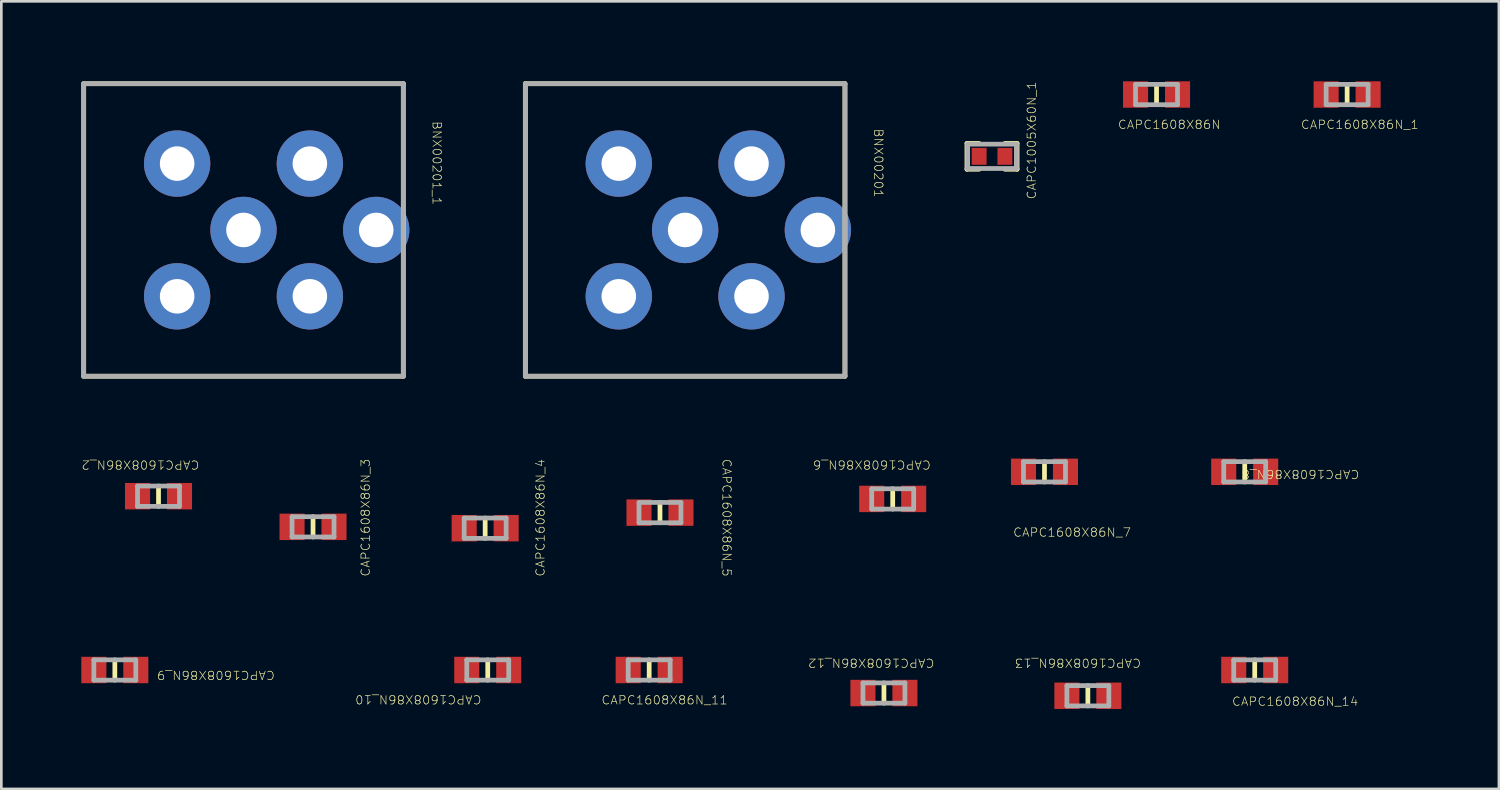
<source format=kicad_pcb>
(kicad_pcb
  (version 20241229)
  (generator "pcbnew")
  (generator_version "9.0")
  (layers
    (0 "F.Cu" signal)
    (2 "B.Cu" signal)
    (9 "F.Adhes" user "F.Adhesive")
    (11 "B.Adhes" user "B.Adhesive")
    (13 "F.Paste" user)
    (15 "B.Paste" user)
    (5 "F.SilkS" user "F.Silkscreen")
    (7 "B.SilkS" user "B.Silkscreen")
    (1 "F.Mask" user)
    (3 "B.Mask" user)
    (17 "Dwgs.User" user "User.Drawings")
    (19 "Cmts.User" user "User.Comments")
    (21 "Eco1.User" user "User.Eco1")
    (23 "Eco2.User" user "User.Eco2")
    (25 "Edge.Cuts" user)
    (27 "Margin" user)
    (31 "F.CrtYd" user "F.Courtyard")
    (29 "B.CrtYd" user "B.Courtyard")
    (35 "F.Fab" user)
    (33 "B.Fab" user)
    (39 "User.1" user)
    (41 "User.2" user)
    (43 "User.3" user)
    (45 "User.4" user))
  (footprint "CAPC1608X86N_1"
    (layer "F.Cu")
    (at 47.477 0.495)
    (property "Reference" "CAPC1608X86N_1" (at 0.476 1.13 0) (unlocked yes) (layer "F.SilkS") (effects (font (size 0.317 0.333) (thickness 0.025))))
    (attr smd)
    (fp_line (start 0 -0.381) (end 0 0.381) (stroke (width 0.178) (type solid)) (layer "F.SilkS"))
    (fp_line (start -0.787 -0.381) (end -0.787 0.381) (stroke (width 0.178) (type solid)) (layer "F.Fab"))
    (fp_line (start 0.787 -0.381) (end -0.787 -0.381) (stroke (width 0.178) (type solid)) (layer "F.Fab"))
    (fp_line (start 0.787 -0.381) (end 0.787 0.381) (stroke (width 0.178) (type solid)) (layer "F.Fab"))
    (fp_line (start 0.787 0.381) (end -0.787 0.381) (stroke (width 0.178) (type solid)) (layer "F.Fab"))
    (pad "1" smd rect (at 0.787 0 90) (size 0.991 0.94) (layers "F.Cu" "F.Mask" "F.Paste"))
    (pad "2" smd rect (at -0.787 0 90) (size 0.991 0.94) (layers "F.Cu" "F.Mask" "F.Paste")))
  (footprint "CAPC1608X86N_7"
    (layer "F.Cu")
    (at 36.126 14.646)
    (property "Reference" "CAPC1608X86N_7" (at 1.035 2.273 0) (unlocked yes) (layer "F.SilkS") (effects (font (size 0.317 0.333) (thickness 0.025))))
    (attr smd)
    (fp_line (start 0 -0.381) (end 0 0.381) (stroke (width 0.178) (type solid)) (layer "F.SilkS"))
    (fp_line (start -0.787 -0.381) (end -0.787 0.381) (stroke (width 0.178) (type solid)) (layer "F.Fab"))
    (fp_line (start 0.787 -0.381) (end -0.787 -0.381) (stroke (width 0.178) (type solid)) (layer "F.Fab"))
    (fp_line (start 0.787 -0.381) (end 0.787 0.381) (stroke (width 0.178) (type solid)) (layer "F.Fab"))
    (fp_line (start 0.787 0.381) (end -0.787 0.381) (stroke (width 0.178) (type solid)) (layer "F.Fab"))
    (pad "1" smd rect (at 0.787 0 90) (size 0.991 0.94) (layers "F.Cu" "F.Mask" "F.Paste"))
    (pad "2" smd rect (at -0.787 0 90) (size 0.991 0.94) (layers "F.Cu" "F.Mask" "F.Paste")))
  (footprint "CAPC1608X86N_3"
    (layer "F.Cu")
    (at 8.691 16.71)
    (property "Reference" "CAPC1608X86N_3" (at 1.968 -0.343 90) (unlocked yes) (layer "F.SilkS") (effects (font (size 0.317 0.333) (thickness 0.025))))
    (attr smd)
    (fp_line (start 0 -0.381) (end 0 0.381) (stroke (width 0.178) (type solid)) (layer "F.SilkS"))
    (fp_line (start -0.787 -0.381) (end -0.787 0.381) (stroke (width 0.178) (type solid)) (layer "F.Fab"))
    (fp_line (start 0.787 -0.381) (end -0.787 -0.381) (stroke (width 0.178) (type solid)) (layer "F.Fab"))
    (fp_line (start 0.787 -0.381) (end 0.787 0.381) (stroke (width 0.178) (type solid)) (layer "F.Fab"))
    (fp_line (start 0.787 0.381) (end -0.787 0.381) (stroke (width 0.178) (type solid)) (layer "F.Fab"))
    (pad "1" smd rect (at 0.787 0 90) (size 0.991 0.94) (layers "F.Cu" "F.Mask" "F.Paste"))
    (pad "2" smd rect (at -0.787 0 90) (size 0.991 0.94) (layers "F.Cu" "F.Mask" "F.Paste")))
  (footprint "CAPC1608X86N_14"
    (layer "F.Cu")
    (at 44.011 22.08)
    (property "Reference" "CAPC1608X86N_14" (at 1.518 1.181 0) (unlocked yes) (layer "F.SilkS") (effects (font (size 0.317 0.333) (thickness 0.025))))
    (attr smd)
    (fp_line (start 0 -0.381) (end 0 0.381) (stroke (width 0.178) (type solid)) (layer "F.SilkS"))
    (fp_line (start -0.787 -0.381) (end -0.787 0.381) (stroke (width 0.178) (type solid)) (layer "F.Fab"))
    (fp_line (start 0.787 -0.381) (end -0.787 -0.381) (stroke (width 0.178) (type solid)) (layer "F.Fab"))
    (fp_line (start 0.787 -0.381) (end 0.787 0.381) (stroke (width 0.178) (type solid)) (layer "F.Fab"))
    (fp_line (start 0.787 0.381) (end -0.787 0.381) (stroke (width 0.178) (type solid)) (layer "F.Fab"))
    (pad "1" smd rect (at 0.787 0 90) (size 0.991 0.94) (layers "F.Cu" "F.Mask" "F.Paste"))
    (pad "2" smd rect (at -0.787 0 90) (size 0.991 0.94) (layers "F.Cu" "F.Mask" "F.Paste")))
  (footprint "CAPC1608X86N_8"
    (layer "F.Cu")
    (at 43.636 14.646)
    (property "Reference" "CAPC1608X86N_8" (at 2.089 0.089 180) (unlocked yes) (layer "F.SilkS") (effects (font (size 0.317 0.333) (thickness 0.025))))
    (attr smd)
    (fp_line (start 0 -0.381) (end 0 0.381) (stroke (width 0.178) (type solid)) (layer "F.SilkS"))
    (fp_line (start -0.787 -0.381) (end -0.787 0.381) (stroke (width 0.178) (type solid)) (layer "F.Fab"))
    (fp_line (start 0.787 -0.381) (end -0.787 -0.381) (stroke (width 0.178) (type solid)) (layer "F.Fab"))
    (fp_line (start 0.787 -0.381) (end 0.787 0.381) (stroke (width 0.178) (type solid)) (layer "F.Fab"))
    (fp_line (start 0.787 0.381) (end -0.787 0.381) (stroke (width 0.178) (type solid)) (layer "F.Fab"))
    (pad "1" smd rect (at 0.787 0 90) (size 0.991 0.94) (layers "F.Cu" "F.Mask" "F.Paste"))
    (pad "2" smd rect (at -0.787 0 90) (size 0.991 0.94) (layers "F.Cu" "F.Mask" "F.Paste")))
  (footprint "CAPC1608X86N_2"
    (layer "F.Cu")
    (at 2.896 15.561)
    (property "Reference" "CAPC1608X86N_2" (at -0.679 -1.181 180) (unlocked yes) (layer "F.SilkS") (effects (font (size 0.317 0.333) (thickness 0.025))))
    (attr smd)
    (fp_line (start 0 -0.381) (end 0 0.381) (stroke (width 0.178) (type solid)) (layer "F.SilkS"))
    (fp_line (start -0.787 -0.381) (end -0.787 0.381) (stroke (width 0.178) (type solid)) (layer "F.Fab"))
    (fp_line (start 0.787 -0.381) (end -0.787 -0.381) (stroke (width 0.178) (type solid)) (layer "F.Fab"))
    (fp_line (start 0.787 -0.381) (end 0.787 0.381) (stroke (width 0.178) (type solid)) (layer "F.Fab"))
    (fp_line (start 0.787 0.381) (end -0.787 0.381) (stroke (width 0.178) (type solid)) (layer "F.Fab"))
    (pad "1" smd rect (at 0.787 0 90) (size 0.991 0.94) (layers "F.Cu" "F.Mask" "F.Paste"))
    (pad "2" smd rect (at -0.787 0 90) (size 0.991 0.94) (layers "F.Cu" "F.Mask" "F.Paste")))
  (footprint "CAPC1608X86N_10"
    (layer "F.Cu")
    (at 15.244 22.08)
    (property "Reference" "CAPC1608X86N_10" (at -2.603 1.105 180) (unlocked yes) (layer "F.SilkS") (effects (font (size 0.317 0.333) (thickness 0.025))))
    (attr smd)
    (fp_line (start 0 -0.381) (end 0 0.381) (stroke (width 0.178) (type solid)) (layer "F.SilkS"))
    (fp_line (start -0.787 -0.381) (end -0.787 0.381) (stroke (width 0.178) (type solid)) (layer "F.Fab"))
    (fp_line (start 0.787 -0.381) (end -0.787 -0.381) (stroke (width 0.178) (type solid)) (layer "F.Fab"))
    (fp_line (start 0.787 -0.381) (end 0.787 0.381) (stroke (width 0.178) (type solid)) (layer "F.Fab"))
    (fp_line (start 0.787 0.381) (end -0.787 0.381) (stroke (width 0.178) (type solid)) (layer "F.Fab"))
    (pad "1" smd rect (at 0.787 0 90) (size 0.991 0.94) (layers "F.Cu" "F.Mask" "F.Paste"))
    (pad "2" smd rect (at -0.787 0 90) (size 0.991 0.94) (layers "F.Cu" "F.Mask" "F.Paste")))
  (footprint "CAPC1608X86N_13"
    (layer "F.Cu")
    (at 37.753 23.046)
    (property "Reference" "CAPC1608X86N_13" (at -0.375 -1.232 180) (unlocked yes) (layer "F.SilkS") (effects (font (size 0.317 0.333) (thickness 0.025))))
    (attr smd)
    (fp_line (start 0 -0.381) (end 0 0.381) (stroke (width 0.178) (type solid)) (layer "F.SilkS"))
    (fp_line (start -0.787 -0.381) (end -0.787 0.381) (stroke (width 0.178) (type solid)) (layer "F.Fab"))
    (fp_line (start 0.787 -0.381) (end -0.787 -0.381) (stroke (width 0.178) (type solid)) (layer "F.Fab"))
    (fp_line (start 0.787 -0.381) (end 0.787 0.381) (stroke (width 0.178) (type solid)) (layer "F.Fab"))
    (fp_line (start 0.787 0.381) (end -0.787 0.381) (stroke (width 0.178) (type solid)) (layer "F.Fab"))
    (pad "1" smd rect (at 0.787 0 90) (size 0.991 0.94) (layers "F.Cu" "F.Mask" "F.Paste"))
    (pad "2" smd rect (at -0.787 0 90) (size 0.991 0.94) (layers "F.Cu" "F.Mask" "F.Paste")))
  (footprint "BNX00201"
    (layer "F.Cu")
    (at 22.648 5.575)
    (property "Reference" "BNX00201" (at 7.252 -2.508 270) (unlocked yes) (layer "F.SilkS") (effects (font (size 0.317 0.333) (thickness 0.025))))
    (attr smd)
    (fp_line (start -5.994 -5.486) (end 5.994 -5.486) (stroke (width 0.178) (type solid)) (layer "F.SilkS"))
    (fp_line (start -5.994 5.486) (end -5.994 -5.486) (stroke (width 0.178) (type solid)) (layer "F.SilkS"))
    (fp_line (start -5.994 5.486) (end 5.994 5.486) (stroke (width 0.178) (type solid)) (layer "F.SilkS"))
    (fp_line (start 5.994 5.486) (end 5.994 -5.486) (stroke (width 0.178) (type solid)) (layer "F.SilkS"))
    (fp_line (start -5.994 -5.486) (end 5.994 -5.486) (stroke (width 0.178) (type solid)) (layer "F.Fab"))
    (fp_line (start -5.994 5.486) (end -5.994 -5.486) (stroke (width 0.178) (type solid)) (layer "F.Fab"))
    (fp_line (start -5.994 5.486) (end 5.994 5.486) (stroke (width 0.178) (type solid)) (layer "F.Fab"))
    (fp_line (start 5.994 5.486) (end 5.994 -5.486) (stroke (width 0.178) (type solid)) (layer "F.Fab"))
    (pad "B" thru_hole circle (at 2.489 -2.489) (size 2.489 2.489) (drill 1.295) (layers "*.Cu" "*.Mask"))
    (pad "CB" thru_hole circle (at 2.489 2.489) (size 2.489 2.489) (drill 1.295) (layers "*.Cu" "*.Mask"))
    (pad "CG1" thru_hole circle (at -2.489 2.489) (size 2.489 2.489) (drill 1.295) (layers "*.Cu" "*.Mask"))
    (pad "CG2" thru_hole circle (at 0 0) (size 2.489 2.489) (drill 1.295) (layers "*.Cu" "*.Mask"))
    (pad "CG3" thru_hole circle (at 4.978 0) (size 2.489 2.489) (drill 1.295) (layers "*.Cu" "*.Mask"))
    (pad "PSG" thru_hole circle (at -2.489 -2.489) (size 2.489 2.489) (drill 1.295) (layers "*.Cu" "*.Mask")))
  (footprint "CAPC1005X60N_1"
    (layer "F.Cu")
    (at 34.158 2.814)
    (property "Reference" "CAPC1005X60N_1" (at 1.486 -0.597 90) (unlocked yes) (layer "F.SilkS") (effects (font (size 0.317 0.333) (thickness 0.025))))
    (attr smd)
    (fp_line (start -0.94 -0.483) (end -0.94 0.483) (stroke (width 0.178) (type solid)) (layer "F.SilkS"))
    (fp_line (start -0.483 -0.483) (end -0.94 -0.483) (stroke (width 0.178) (type solid)) (layer "F.SilkS"))
    (fp_line (start -0.483 0.483) (end -0.94 0.483) (stroke (width 0.178) (type solid)) (layer "F.SilkS"))
    (fp_line (start 0.94 -0.483) (end 0.483 -0.483) (stroke (width 0.178) (type solid)) (layer "F.SilkS"))
    (fp_line (start 0.94 -0.483) (end 0.94 0.483) (stroke (width 0.178) (type solid)) (layer "F.SilkS"))
    (fp_line (start 0.94 0.483) (end 0.483 0.483) (stroke (width 0.178) (type solid)) (layer "F.SilkS"))
    (fp_line (start -0.914 -0.457) (end -0.914 0.457) (stroke (width 0.178) (type solid)) (layer "F.Fab"))
    (fp_line (start 0.914 -0.457) (end -0.914 -0.457) (stroke (width 0.178) (type solid)) (layer "F.Fab"))
    (fp_line (start 0.914 -0.457) (end 0.914 0.457) (stroke (width 0.178) (type solid)) (layer "F.Fab"))
    (fp_line (start 0.914 0.457) (end -0.914 0.457) (stroke (width 0.178) (type solid)) (layer "F.Fab"))
    (pad "1" smd rect (at 0.483 0 90) (size 0.635 0.559) (layers "F.Cu" "F.Mask" "F.Paste"))
    (pad "2" smd rect (at -0.483 0 90) (size 0.635 0.559) (layers "F.Cu" "F.Mask" "F.Paste")))
  (footprint "CAPC1608X86N"
    (layer "F.Cu")
    (at 40.329 0.495)
    (property "Reference" "CAPC1608X86N" (at 0.476 1.13 0) (unlocked yes) (layer "F.SilkS") (effects (font (size 0.317 0.333) (thickness 0.025))))
    (attr smd)
    (fp_line (start 0 -0.381) (end 0 0.381) (stroke (width 0.178) (type solid)) (layer "F.SilkS"))
    (fp_line (start -0.787 -0.381) (end -0.787 0.381) (stroke (width 0.178) (type solid)) (layer "F.Fab"))
    (fp_line (start 0.787 -0.381) (end -0.787 -0.381) (stroke (width 0.178) (type solid)) (layer "F.Fab"))
    (fp_line (start 0.787 -0.381) (end 0.787 0.381) (stroke (width 0.178) (type solid)) (layer "F.Fab"))
    (fp_line (start 0.787 0.381) (end -0.787 0.381) (stroke (width 0.178) (type solid)) (layer "F.Fab"))
    (pad "1" smd rect (at 0.787 0 90) (size 0.991 0.94) (layers "F.Cu" "F.Mask" "F.Paste"))
    (pad "2" smd rect (at -0.787 0 90) (size 0.991 0.94) (layers "F.Cu" "F.Mask" "F.Paste")))
  (footprint "CAPC1608X86N_5"
    (layer "F.Cu")
    (at 21.704 16.177)
    (property "Reference" "CAPC1608X86N_5" (at 2.502 0.191 270) (unlocked yes) (layer "F.SilkS") (effects (font (size 0.317 0.333) (thickness 0.025))))
    (attr smd)
    (fp_line (start 0 -0.381) (end 0 0.381) (stroke (width 0.178) (type solid)) (layer "F.SilkS"))
    (fp_line (start -0.787 -0.381) (end -0.787 0.381) (stroke (width 0.178) (type solid)) (layer "F.Fab"))
    (fp_line (start 0.787 -0.381) (end -0.787 -0.381) (stroke (width 0.178) (type solid)) (layer "F.Fab"))
    (fp_line (start 0.787 -0.381) (end 0.787 0.381) (stroke (width 0.178) (type solid)) (layer "F.Fab"))
    (fp_line (start 0.787 0.381) (end -0.787 0.381) (stroke (width 0.178) (type solid)) (layer "F.Fab"))
    (pad "1" smd rect (at 0.787 0 90) (size 0.991 0.94) (layers "F.Cu" "F.Mask" "F.Paste"))
    (pad "2" smd rect (at -0.787 0 90) (size 0.991 0.94) (layers "F.Cu" "F.Mask" "F.Paste")))
  (footprint "CAPC1608X86N_9"
    (layer "F.Cu")
    (at 1.257 22.08)
    (property "Reference" "CAPC1608X86N_9" (at 3.791 0.191 180) (unlocked yes) (layer "F.SilkS") (effects (font (size 0.317 0.333) (thickness 0.025))))
    (attr smd)
    (fp_line (start 0 -0.381) (end 0 0.381) (stroke (width 0.178) (type solid)) (layer "F.SilkS"))
    (fp_line (start -0.787 -0.381) (end -0.787 0.381) (stroke (width 0.178) (type solid)) (layer "F.Fab"))
    (fp_line (start 0.787 -0.381) (end -0.787 -0.381) (stroke (width 0.178) (type solid)) (layer "F.Fab"))
    (fp_line (start 0.787 -0.381) (end 0.787 0.381) (stroke (width 0.178) (type solid)) (layer "F.Fab"))
    (fp_line (start 0.787 0.381) (end -0.787 0.381) (stroke (width 0.178) (type solid)) (layer "F.Fab"))
    (pad "1" smd rect (at 0.787 0 90) (size 0.991 0.94) (layers "F.Cu" "F.Mask" "F.Paste"))
    (pad "2" smd rect (at -0.787 0 90) (size 0.991 0.94) (layers "F.Cu" "F.Mask" "F.Paste")))
  (footprint "CAPC1608X86N_12"
    (layer "F.Cu")
    (at 30.104 22.944)
    (property "Reference" "CAPC1608X86N_12" (at -0.476 -1.13 180) (unlocked yes) (layer "F.SilkS") (effects (font (size 0.317 0.333) (thickness 0.025))))
    (attr smd)
    (fp_line (start 0 -0.381) (end 0 0.381) (stroke (width 0.178) (type solid)) (layer "F.SilkS"))
    (fp_line (start -0.787 -0.381) (end -0.787 0.381) (stroke (width 0.178) (type solid)) (layer "F.Fab"))
    (fp_line (start 0.787 -0.381) (end -0.787 -0.381) (stroke (width 0.178) (type solid)) (layer "F.Fab"))
    (fp_line (start 0.787 -0.381) (end 0.787 0.381) (stroke (width 0.178) (type solid)) (layer "F.Fab"))
    (fp_line (start 0.787 0.381) (end -0.787 0.381) (stroke (width 0.178) (type solid)) (layer "F.Fab"))
    (pad "1" smd rect (at 0.787 0 90) (size 0.991 0.94) (layers "F.Cu" "F.Mask" "F.Paste"))
    (pad "2" smd rect (at -0.787 0 90) (size 0.991 0.94) (layers "F.Cu" "F.Mask" "F.Paste")))
  (footprint "CAPC1608X86N_6"
    (layer "F.Cu")
    (at 30.433 15.663)
    (property "Reference" "CAPC1608X86N_6" (at -0.781 -1.283 180) (unlocked yes) (layer "F.SilkS") (effects (font (size 0.317 0.333) (thickness 0.025))))
    (attr smd)
    (fp_line (start 0 -0.381) (end 0 0.381) (stroke (width 0.178) (type solid)) (layer "F.SilkS"))
    (fp_line (start -0.787 -0.381) (end -0.787 0.381) (stroke (width 0.178) (type solid)) (layer "F.Fab"))
    (fp_line (start 0.787 -0.381) (end -0.787 -0.381) (stroke (width 0.178) (type solid)) (layer "F.Fab"))
    (fp_line (start 0.787 -0.381) (end 0.787 0.381) (stroke (width 0.178) (type solid)) (layer "F.Fab"))
    (fp_line (start 0.787 0.381) (end -0.787 0.381) (stroke (width 0.178) (type solid)) (layer "F.Fab"))
    (pad "1" smd rect (at 0.787 0 90) (size 0.991 0.94) (layers "F.Cu" "F.Mask" "F.Paste"))
    (pad "2" smd rect (at -0.787 0 90) (size 0.991 0.94) (layers "F.Cu" "F.Mask" "F.Paste")))
  (footprint "BNX00201_1"
    (layer "F.Cu")
    (at 6.083 5.575)
    (property "Reference" "BNX00201_1" (at 7.252 -2.508 270) (unlocked yes) (layer "F.SilkS") (effects (font (size 0.317 0.333) (thickness 0.025))))
    (attr smd)
    (fp_line (start -5.994 -5.486) (end 5.994 -5.486) (stroke (width 0.178) (type solid)) (layer "F.SilkS"))
    (fp_line (start -5.994 5.486) (end -5.994 -5.486) (stroke (width 0.178) (type solid)) (layer "F.SilkS"))
    (fp_line (start -5.994 5.486) (end 5.994 5.486) (stroke (width 0.178) (type solid)) (layer "F.SilkS"))
    (fp_line (start 5.994 5.486) (end 5.994 -5.486) (stroke (width 0.178) (type solid)) (layer "F.SilkS"))
    (fp_line (start -5.994 -5.486) (end 5.994 -5.486) (stroke (width 0.178) (type solid)) (layer "F.Fab"))
    (fp_line (start -5.994 5.486) (end -5.994 -5.486) (stroke (width 0.178) (type solid)) (layer "F.Fab"))
    (fp_line (start -5.994 5.486) (end 5.994 5.486) (stroke (width 0.178) (type solid)) (layer "F.Fab"))
    (fp_line (start 5.994 5.486) (end 5.994 -5.486) (stroke (width 0.178) (type solid)) (layer "F.Fab"))
    (pad "B" thru_hole circle (at 2.489 -2.489) (size 2.489 2.489) (drill 1.295) (layers "*.Cu" "*.Mask"))
    (pad "CB" thru_hole circle (at 2.489 2.489) (size 2.489 2.489) (drill 1.295) (layers "*.Cu" "*.Mask"))
    (pad "CG1" thru_hole circle (at -2.489 2.489) (size 2.489 2.489) (drill 1.295) (layers "*.Cu" "*.Mask"))
    (pad "CG2" thru_hole circle (at 0 0) (size 2.489 2.489) (drill 1.295) (layers "*.Cu" "*.Mask"))
    (pad "CG3" thru_hole circle (at 4.978 0) (size 2.489 2.489) (drill 1.295) (layers "*.Cu" "*.Mask"))
    (pad "PSG" thru_hole circle (at -2.489 -2.489) (size 2.489 2.489) (drill 1.295) (layers "*.Cu" "*.Mask")))
  (footprint "CAPC1608X86N_11"
    (layer "F.Cu")
    (at 21.299 22.08)
    (property "Reference" "CAPC1608X86N_11" (at 0.578 1.13 0) (unlocked yes) (layer "F.SilkS") (effects (font (size 0.317 0.333) (thickness 0.025))))
    (attr smd)
    (fp_line (start 0 -0.381) (end 0 0.381) (stroke (width 0.178) (type solid)) (layer "F.SilkS"))
    (fp_line (start -0.787 -0.381) (end -0.787 0.381) (stroke (width 0.178) (type solid)) (layer "F.Fab"))
    (fp_line (start 0.787 -0.381) (end -0.787 -0.381) (stroke (width 0.178) (type solid)) (layer "F.Fab"))
    (fp_line (start 0.787 -0.381) (end 0.787 0.381) (stroke (width 0.178) (type solid)) (layer "F.Fab"))
    (fp_line (start 0.787 0.381) (end -0.787 0.381) (stroke (width 0.178) (type solid)) (layer "F.Fab"))
    (pad "1" smd rect (at 0.787 0 90) (size 0.991 0.94) (layers "F.Cu" "F.Mask" "F.Paste"))
    (pad "2" smd rect (at -0.787 0 90) (size 0.991 0.94) (layers "F.Cu" "F.Mask" "F.Paste")))
  (footprint "CAPC1608X86N_4"
    (layer "F.Cu")
    (at 15.147 16.761)
    (property "Reference" "CAPC1608X86N_4" (at 2.07 -0.394 90) (unlocked yes) (layer "F.SilkS") (effects (font (size 0.317 0.333) (thickness 0.025))))
    (attr smd)
    (fp_line (start 0 -0.381) (end 0 0.381) (stroke (width 0.178) (type solid)) (layer "F.SilkS"))
    (fp_line (start -0.787 -0.381) (end -0.787 0.381) (stroke (width 0.178) (type solid)) (layer "F.Fab"))
    (fp_line (start 0.787 -0.381) (end -0.787 -0.381) (stroke (width 0.178) (type solid)) (layer "F.Fab"))
    (fp_line (start 0.787 -0.381) (end 0.787 0.381) (stroke (width 0.178) (type solid)) (layer "F.Fab"))
    (fp_line (start 0.787 0.381) (end -0.787 0.381) (stroke (width 0.178) (type solid)) (layer "F.Fab"))
    (pad "1" smd rect (at 0.787 0 90) (size 0.991 0.94) (layers "F.Cu" "F.Mask" "F.Paste"))
    (pad "2" smd rect (at -0.787 0 90) (size 0.991 0.94) (layers "F.Cu" "F.Mask" "F.Paste")))
  (gr_rect
    (start -3 -3)
    (end 53.17 26.541)
    (stroke (width 0.1) (type default))
    (fill no)
    (layer "Edge.Cuts")))
</source>
